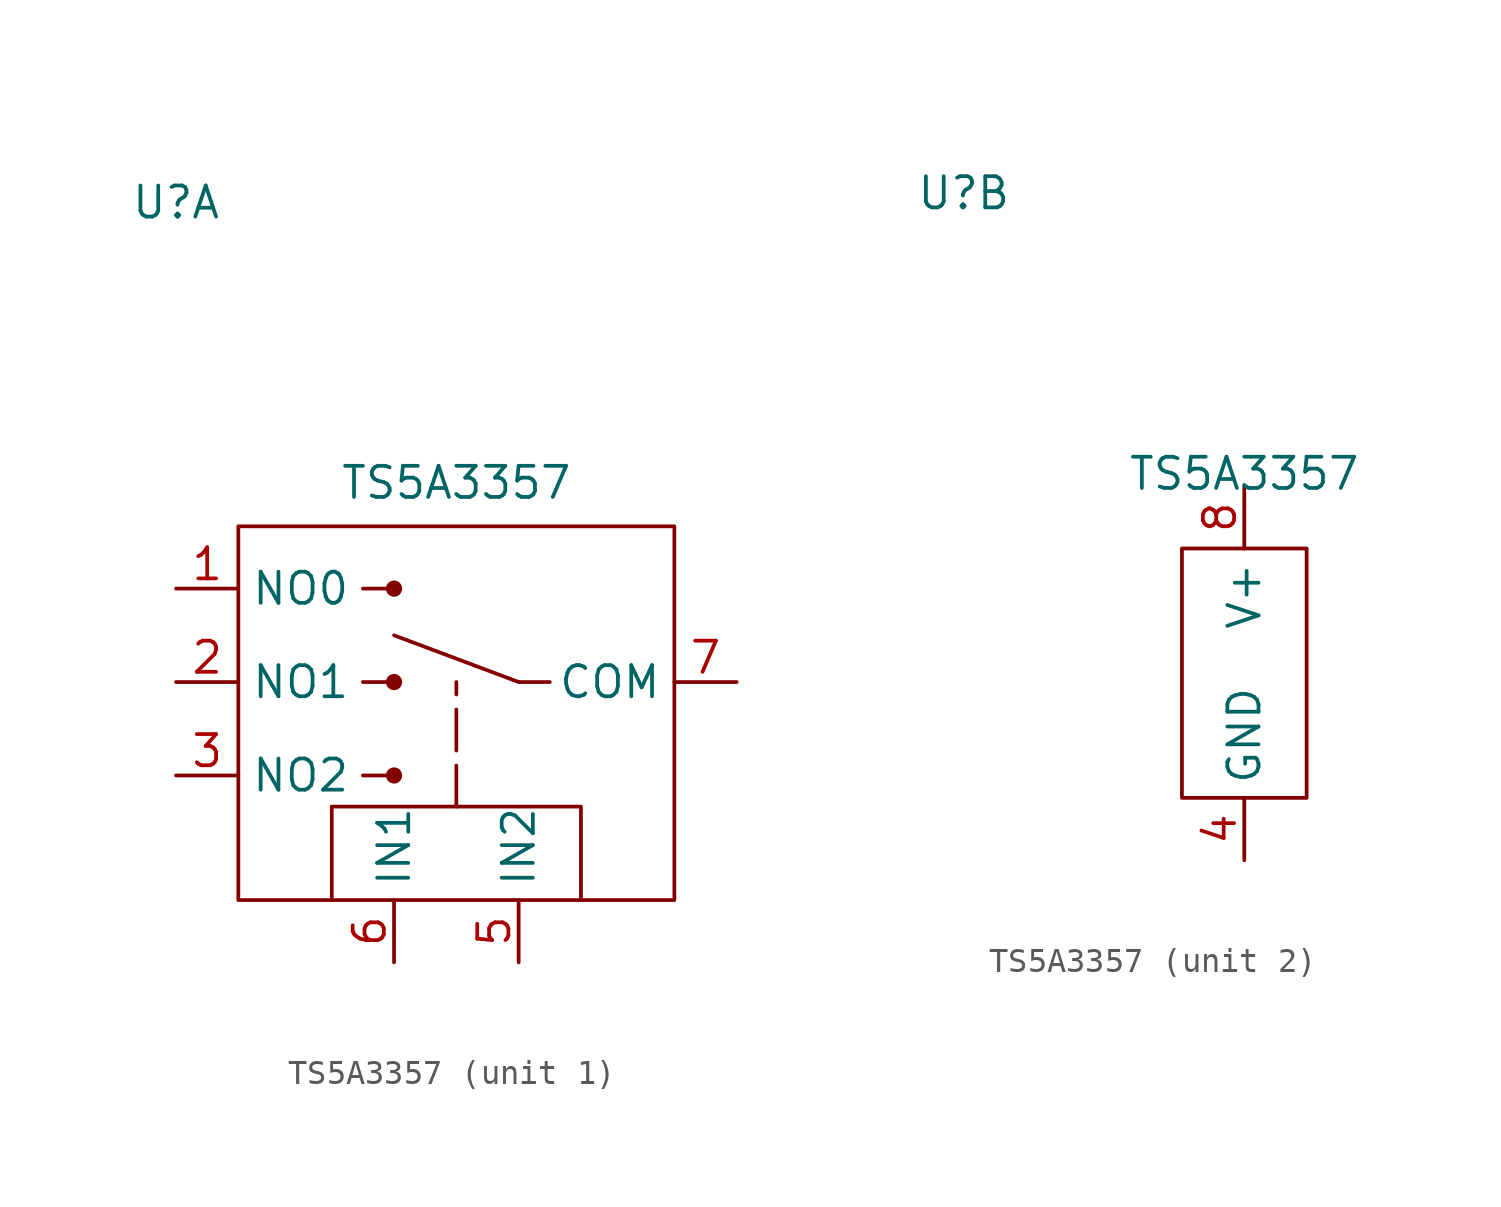
<source format=kicad_sym>
(kicad_symbol_lib
  (version 20231120)
  (generator "kicad_symbol_editor")
  (generator_version "8.0")
  (symbol "TS5A3357"
    (property "Reference" "U"
      (at -11.43 19.558 0)
      (effects (font (size 1.27 1.27))))
    (property "Value" "TS5A3357"
      (at 0 8.128 0)
      (effects (font (size 1.27 1.27))))
    (property "ki_locked" ""
      (at 0 0 0)
      (effects (font (size 1.27 1.27))))
    (symbol "TS5A3357_1_1"
      (rectangle (start -8.89 6.35) (end 8.89 -8.89) (stroke (width 0) (type default)) (fill (type none)))
      (circle (center -2.54 -3.81) (radius 0.254) (stroke (width 0) (type default)) (fill (type outline)))
      (circle (center -2.54 0) (radius 0.254) (stroke (width 0) (type default)) (fill (type outline)))
      (circle (center -2.54 3.81) (radius 0.254) (stroke (width 0) (type default)) (fill (type outline)))
      (polyline (pts (xy -3.81 -3.81) (xy -2.54 -3.81)) (stroke (width 0) (type default)) (fill (type none)))
      (polyline (pts (xy -3.81 0) (xy -2.54 0)) (stroke (width 0) (type default)) (fill (type none)))
      (polyline (pts (xy -2.54 3.81) (xy -3.81 3.81)) (stroke (width 0) (type default)) (fill (type none)))
      (polyline (pts (xy 0 -5.08) (xy 0 0)) (stroke (width 0) (type dash)) (fill (type none)))
      (polyline (pts (xy 2.54 0) (xy -2.54 1.905)) (stroke (width 0) (type default)) (fill (type none)))
      (polyline (pts (xy 3.81 0) (xy 2.54 0)) (stroke (width 0) (type default)) (fill (type none)))
      (polyline (pts (xy 5.08 -8.89) (xy 5.08 -5.08) (xy -5.08 -5.08) (xy -5.08 -8.89)) (stroke (width 0) (type default)) (fill (type none)))
      (pin bidirectional line (at -11.43 3.81 0) (length 2.54) (name "NO0" (effects (font (size 1.27 1.27)))) (number "1" (effects (font (size 1.27 1.27)))))
      (pin bidirectional line (at -11.43 0 0) (length 2.54) (name "NO1" (effects (font (size 1.27 1.27)))) (number "2" (effects (font (size 1.27 1.27)))))
      (pin bidirectional line (at -11.43 -3.81 0) (length 2.54) (name "NO2" (effects (font (size 1.27 1.27)))) (number "3" (effects (font (size 1.27 1.27)))))
      (pin input line (at 2.54 -11.43 90) (length 2.54) (name "IN2" (effects (font (size 1.27 1.27)))) (number "5" (effects (font (size 1.27 1.27)))))
      (pin input line (at -2.54 -11.43 90) (length 2.54) (name "IN1" (effects (font (size 1.27 1.27)))) (number "6" (effects (font (size 1.27 1.27)))))
      (pin bidirectional line (at 11.43 0 180) (length 2.54) (name "COM" (effects (font (size 1.27 1.27)))) (number "7" (effects (font (size 1.27 1.27))))))
    (symbol "TS5A3357_2_1"
      (rectangle (start -2.54 5.08) (end 2.54 -5.08) (stroke (width 0) (type default)) (fill (type none)))
      (pin power_in line (at 0 -7.62 90) (length 2.54) (name "GND" (effects (font (size 1.27 1.27)))) (number "4" (effects (font (size 1.27 1.27)))))
      (pin power_in line (at 0 7.62 270) (length 2.54) (name "V+" (effects (font (size 1.27 1.27)))) (number "8" (effects (font (size 1.27 1.27))))))))
</source>
